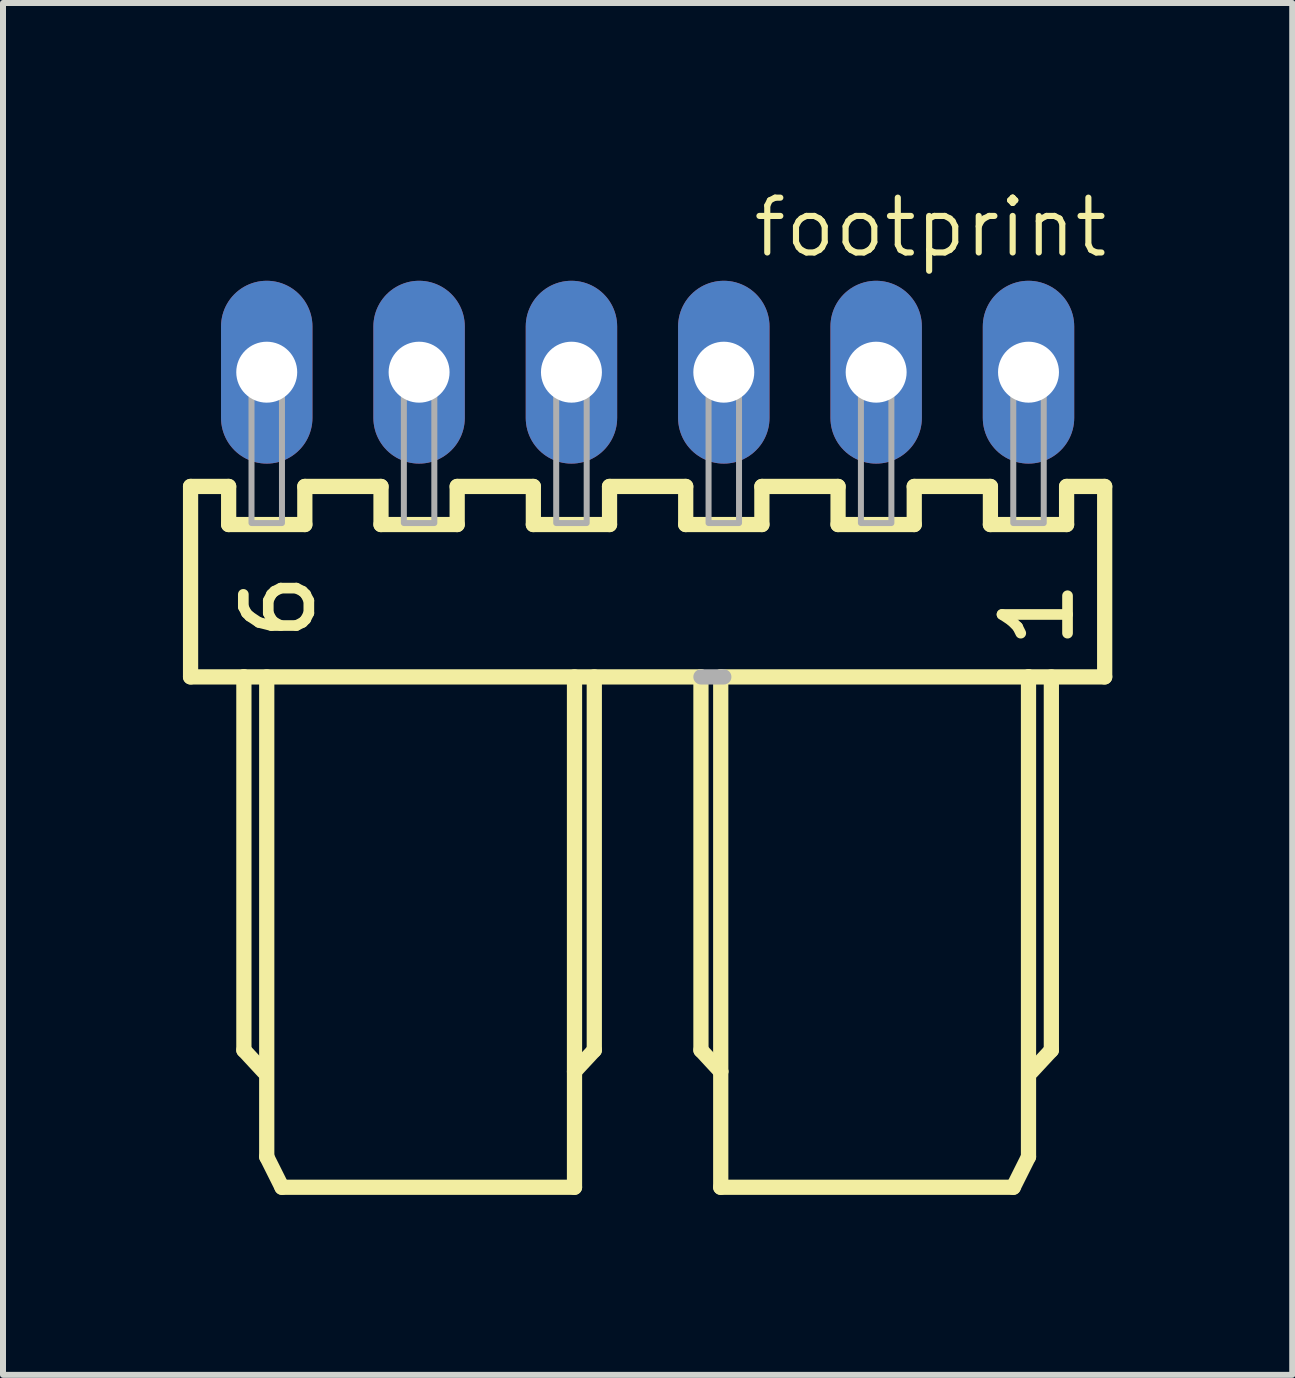
<source format=kicad_pcb>
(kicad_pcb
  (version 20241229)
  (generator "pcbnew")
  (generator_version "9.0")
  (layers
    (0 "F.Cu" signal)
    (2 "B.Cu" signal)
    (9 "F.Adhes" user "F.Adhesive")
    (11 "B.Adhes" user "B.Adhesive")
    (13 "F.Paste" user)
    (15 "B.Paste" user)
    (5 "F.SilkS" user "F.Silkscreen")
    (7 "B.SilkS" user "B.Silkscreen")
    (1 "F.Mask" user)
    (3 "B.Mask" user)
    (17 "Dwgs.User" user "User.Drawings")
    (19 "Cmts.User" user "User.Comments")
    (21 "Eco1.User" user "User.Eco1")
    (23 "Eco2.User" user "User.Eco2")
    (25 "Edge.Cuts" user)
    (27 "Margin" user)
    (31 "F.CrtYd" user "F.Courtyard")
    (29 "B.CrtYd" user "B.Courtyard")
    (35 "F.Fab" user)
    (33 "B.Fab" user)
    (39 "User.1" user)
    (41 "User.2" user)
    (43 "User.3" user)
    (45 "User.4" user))
  (footprint "footprint"
    (layer "F.Cu")
    (at 7.747 3.155)
    (property "Reference" "footprint" (at 7.72 -2.948 0) (layer "F.SilkS") (effects (font (size 0.914 0.914) (thickness 0.102)) (justify right top)))
    (fp_line (start -7.62 1.905) (end -7.62 5.08) (stroke (width 0.254) (type solid)) (layer "F.SilkS"))
    (fp_line (start -7.62 5.08) (end -6.731 5.08) (stroke (width 0.254) (type solid)) (layer "F.SilkS"))
    (fp_line (start -6.985 1.905) (end -7.62 1.905) (stroke (width 0.254) (type solid)) (layer "F.SilkS"))
    (fp_line (start -6.985 2.54) (end -6.985 1.905) (stroke (width 0.254) (type solid)) (layer "F.SilkS"))
    (fp_line (start -6.731 5.08) (end -6.731 11.303) (stroke (width 0.254) (type solid)) (layer "F.SilkS"))
    (fp_line (start -6.731 5.08) (end 0.889 5.08) (stroke (width 0.254) (type solid)) (layer "F.SilkS"))
    (fp_line (start -6.731 11.303) (end -6.401 11.659) (stroke (width 0.254) (type solid)) (layer "F.SilkS"))
    (fp_line (start -6.35 5.08) (end -6.35 13.081) (stroke (width 0.254) (type solid)) (layer "F.SilkS"))
    (fp_line (start -6.35 13.081) (end -6.096 13.589) (stroke (width 0.254) (type solid)) (layer "F.SilkS"))
    (fp_line (start -6.096 13.589) (end -1.219 13.589) (stroke (width 0.254) (type solid)) (layer "F.SilkS"))
    (fp_line (start -5.715 1.905) (end -5.715 2.54) (stroke (width 0.254) (type solid)) (layer "F.SilkS"))
    (fp_line (start -5.715 2.54) (end -6.985 2.54) (stroke (width 0.254) (type solid)) (layer "F.SilkS"))
    (fp_line (start -4.445 1.905) (end -5.715 1.905) (stroke (width 0.254) (type solid)) (layer "F.SilkS"))
    (fp_line (start -4.445 2.54) (end -4.445 1.905) (stroke (width 0.254) (type solid)) (layer "F.SilkS"))
    (fp_line (start -3.175 1.905) (end -3.175 2.54) (stroke (width 0.254) (type solid)) (layer "F.SilkS"))
    (fp_line (start -3.175 2.54) (end -4.445 2.54) (stroke (width 0.254) (type solid)) (layer "F.SilkS"))
    (fp_line (start -1.905 1.905) (end -3.175 1.905) (stroke (width 0.254) (type solid)) (layer "F.SilkS"))
    (fp_line (start -1.905 2.54) (end -1.905 1.905) (stroke (width 0.254) (type solid)) (layer "F.SilkS"))
    (fp_line (start -1.219 13.589) (end -1.219 5.08) (stroke (width 0.254) (type solid)) (layer "F.SilkS"))
    (fp_line (start -0.889 5.08) (end -0.889 11.303) (stroke (width 0.254) (type solid)) (layer "F.SilkS"))
    (fp_line (start -0.889 11.303) (end -1.219 11.659) (stroke (width 0.254) (type solid)) (layer "F.SilkS"))
    (fp_line (start -0.635 1.905) (end -0.635 2.54) (stroke (width 0.254) (type solid)) (layer "F.SilkS"))
    (fp_line (start -0.635 2.54) (end -1.905 2.54) (stroke (width 0.254) (type solid)) (layer "F.SilkS"))
    (fp_line (start 0.635 1.905) (end -0.635 1.905) (stroke (width 0.254) (type solid)) (layer "F.SilkS"))
    (fp_line (start 0.635 2.54) (end 0.635 1.905) (stroke (width 0.254) (type solid)) (layer "F.SilkS"))
    (fp_line (start 0.889 5.08) (end 0.889 11.303) (stroke (width 0.254) (type solid)) (layer "F.SilkS"))
    (fp_line (start 0.889 5.08) (end 1.219 5.08) (stroke (width 0.127) (type solid)) (layer "F.SilkS"))
    (fp_line (start 0.889 11.303) (end 1.219 11.659) (stroke (width 0.254) (type solid)) (layer "F.SilkS"))
    (fp_line (start 1.219 5.08) (end 6.35 5.08) (stroke (width 0.254) (type solid)) (layer "F.SilkS"))
    (fp_line (start 1.219 11.659) (end 1.219 5.08) (stroke (width 0.254) (type solid)) (layer "F.SilkS"))
    (fp_line (start 1.219 13.589) (end 1.219 11.659) (stroke (width 0.254) (type solid)) (layer "F.SilkS"))
    (fp_line (start 1.905 1.905) (end 1.905 2.54) (stroke (width 0.254) (type solid)) (layer "F.SilkS"))
    (fp_line (start 1.905 2.54) (end 0.635 2.54) (stroke (width 0.254) (type solid)) (layer "F.SilkS"))
    (fp_line (start 3.175 1.905) (end 1.905 1.905) (stroke (width 0.254) (type solid)) (layer "F.SilkS"))
    (fp_line (start 3.175 2.54) (end 3.175 1.905) (stroke (width 0.254) (type solid)) (layer "F.SilkS"))
    (fp_line (start 4.445 1.905) (end 4.445 2.54) (stroke (width 0.254) (type solid)) (layer "F.SilkS"))
    (fp_line (start 4.445 2.54) (end 3.175 2.54) (stroke (width 0.254) (type solid)) (layer "F.SilkS"))
    (fp_line (start 5.715 1.905) (end 4.445 1.905) (stroke (width 0.254) (type solid)) (layer "F.SilkS"))
    (fp_line (start 5.715 2.54) (end 5.715 1.905) (stroke (width 0.254) (type solid)) (layer "F.SilkS"))
    (fp_line (start 6.096 13.589) (end 1.219 13.589) (stroke (width 0.254) (type solid)) (layer "F.SilkS"))
    (fp_line (start 6.35 5.08) (end 6.35 13.081) (stroke (width 0.254) (type solid)) (layer "F.SilkS"))
    (fp_line (start 6.35 5.08) (end 7.62 5.08) (stroke (width 0.254) (type solid)) (layer "F.SilkS"))
    (fp_line (start 6.35 13.081) (end 6.096 13.589) (stroke (width 0.254) (type solid)) (layer "F.SilkS"))
    (fp_line (start 6.731 5.08) (end 6.731 11.303) (stroke (width 0.254) (type solid)) (layer "F.SilkS"))
    (fp_line (start 6.731 11.303) (end 6.401 11.659) (stroke (width 0.254) (type solid)) (layer "F.SilkS"))
    (fp_line (start 6.985 1.905) (end 6.985 2.54) (stroke (width 0.254) (type solid)) (layer "F.SilkS"))
    (fp_line (start 6.985 2.54) (end 5.715 2.54) (stroke (width 0.254) (type solid)) (layer "F.SilkS"))
    (fp_line (start 7.62 1.905) (end 6.985 1.905) (stroke (width 0.254) (type solid)) (layer "F.SilkS"))
    (fp_line (start 7.62 5.08) (end 7.62 1.905) (stroke (width 0.254) (type solid)) (layer "F.SilkS"))
    (fp_line (start 1.27 5.08) (end 0.889 5.08) (stroke (width 0.254) (type solid)) (layer "F.Fab"))
    (fp_poly (pts (xy -6.604 0.254) (xy -6.096 0.254) (xy -6.096 -0.254) (xy -6.604 -0.254)) (stroke (width 0.1) (type solid)) (fill no) (layer "F.Fab"))
    (fp_poly (pts (xy -6.604 2.515) (xy -6.096 2.515) (xy -6.096 0.279) (xy -6.604 0.279)) (stroke (width 0.1) (type solid)) (fill no) (layer "F.Fab"))
    (fp_poly (pts (xy -4.064 0.254) (xy -3.556 0.254) (xy -3.556 -0.254) (xy -4.064 -0.254)) (stroke (width 0.1) (type solid)) (fill no) (layer "F.Fab"))
    (fp_poly (pts (xy -4.064 2.515) (xy -3.556 2.515) (xy -3.556 0.279) (xy -4.064 0.279)) (stroke (width 0.1) (type solid)) (fill no) (layer "F.Fab"))
    (fp_poly (pts (xy -1.524 0.254) (xy -1.016 0.254) (xy -1.016 -0.254) (xy -1.524 -0.254)) (stroke (width 0.1) (type solid)) (fill no) (layer "F.Fab"))
    (fp_poly (pts (xy -1.524 2.515) (xy -1.016 2.515) (xy -1.016 0.279) (xy -1.524 0.279)) (stroke (width 0.1) (type solid)) (fill no) (layer "F.Fab"))
    (fp_poly (pts (xy 1.016 0.254) (xy 1.524 0.254) (xy 1.524 -0.254) (xy 1.016 -0.254)) (stroke (width 0.1) (type solid)) (fill no) (layer "F.Fab"))
    (fp_poly (pts (xy 1.016 2.515) (xy 1.524 2.515) (xy 1.524 0.279) (xy 1.016 0.279)) (stroke (width 0.1) (type solid)) (fill no) (layer "F.Fab"))
    (fp_poly (pts (xy 3.556 0.254) (xy 4.064 0.254) (xy 4.064 -0.254) (xy 3.556 -0.254)) (stroke (width 0.1) (type solid)) (fill no) (layer "F.Fab"))
    (fp_poly (pts (xy 3.556 2.515) (xy 4.064 2.515) (xy 4.064 0.279) (xy 3.556 0.279)) (stroke (width 0.1) (type solid)) (fill no) (layer "F.Fab"))
    (fp_poly (pts (xy 6.096 0.254) (xy 6.604 0.254) (xy 6.604 -0.254) (xy 6.096 -0.254)) (stroke (width 0.1) (type solid)) (fill no) (layer "F.Fab"))
    (fp_poly (pts (xy 6.096 2.515) (xy 6.604 2.515) (xy 6.604 0.279) (xy 6.096 0.279)) (stroke (width 0.1) (type solid)) (fill no) (layer "F.Fab"))
    (fp_text user "6" (at -6.783 3.275 90) (layer "F.SilkS") (effects (font (size 1.092 1.092) (thickness 0.178)) (justify right top)))
    (fp_text user "1" (at 5.866 3.402 90) (layer "F.SilkS") (effects (font (size 1.092 1.092) (thickness 0.178)) (justify right top)))
    (pad "1" thru_hole oval (at 6.35 0 90) (size 3.048 1.524) (drill 1.016) (layers "*.Cu" "*.Mask"))
    (pad "2" thru_hole oval (at 3.81 0 90) (size 3.048 1.524) (drill 1.016) (layers "*.Cu" "*.Mask"))
    (pad "3" thru_hole oval (at 1.27 0 90) (size 3.048 1.524) (drill 1.016) (layers "*.Cu" "*.Mask"))
    (pad "4" thru_hole oval (at -1.27 0 90) (size 3.048 1.524) (drill 1.016) (layers "*.Cu" "*.Mask"))
    (pad "5" thru_hole oval (at -3.81 0 90) (size 3.048 1.524) (drill 1.016) (layers "*.Cu" "*.Mask"))
    (pad "6" thru_hole oval (at -6.35 0 90) (size 3.048 1.524) (drill 1.016) (layers "*.Cu" "*.Mask")))
  (gr_rect
    (start -3 -3)
    (end 18.494 19.871)
    (stroke (width 0.1) (type default))
    (fill no)
    (layer "Edge.Cuts")))
</source>
